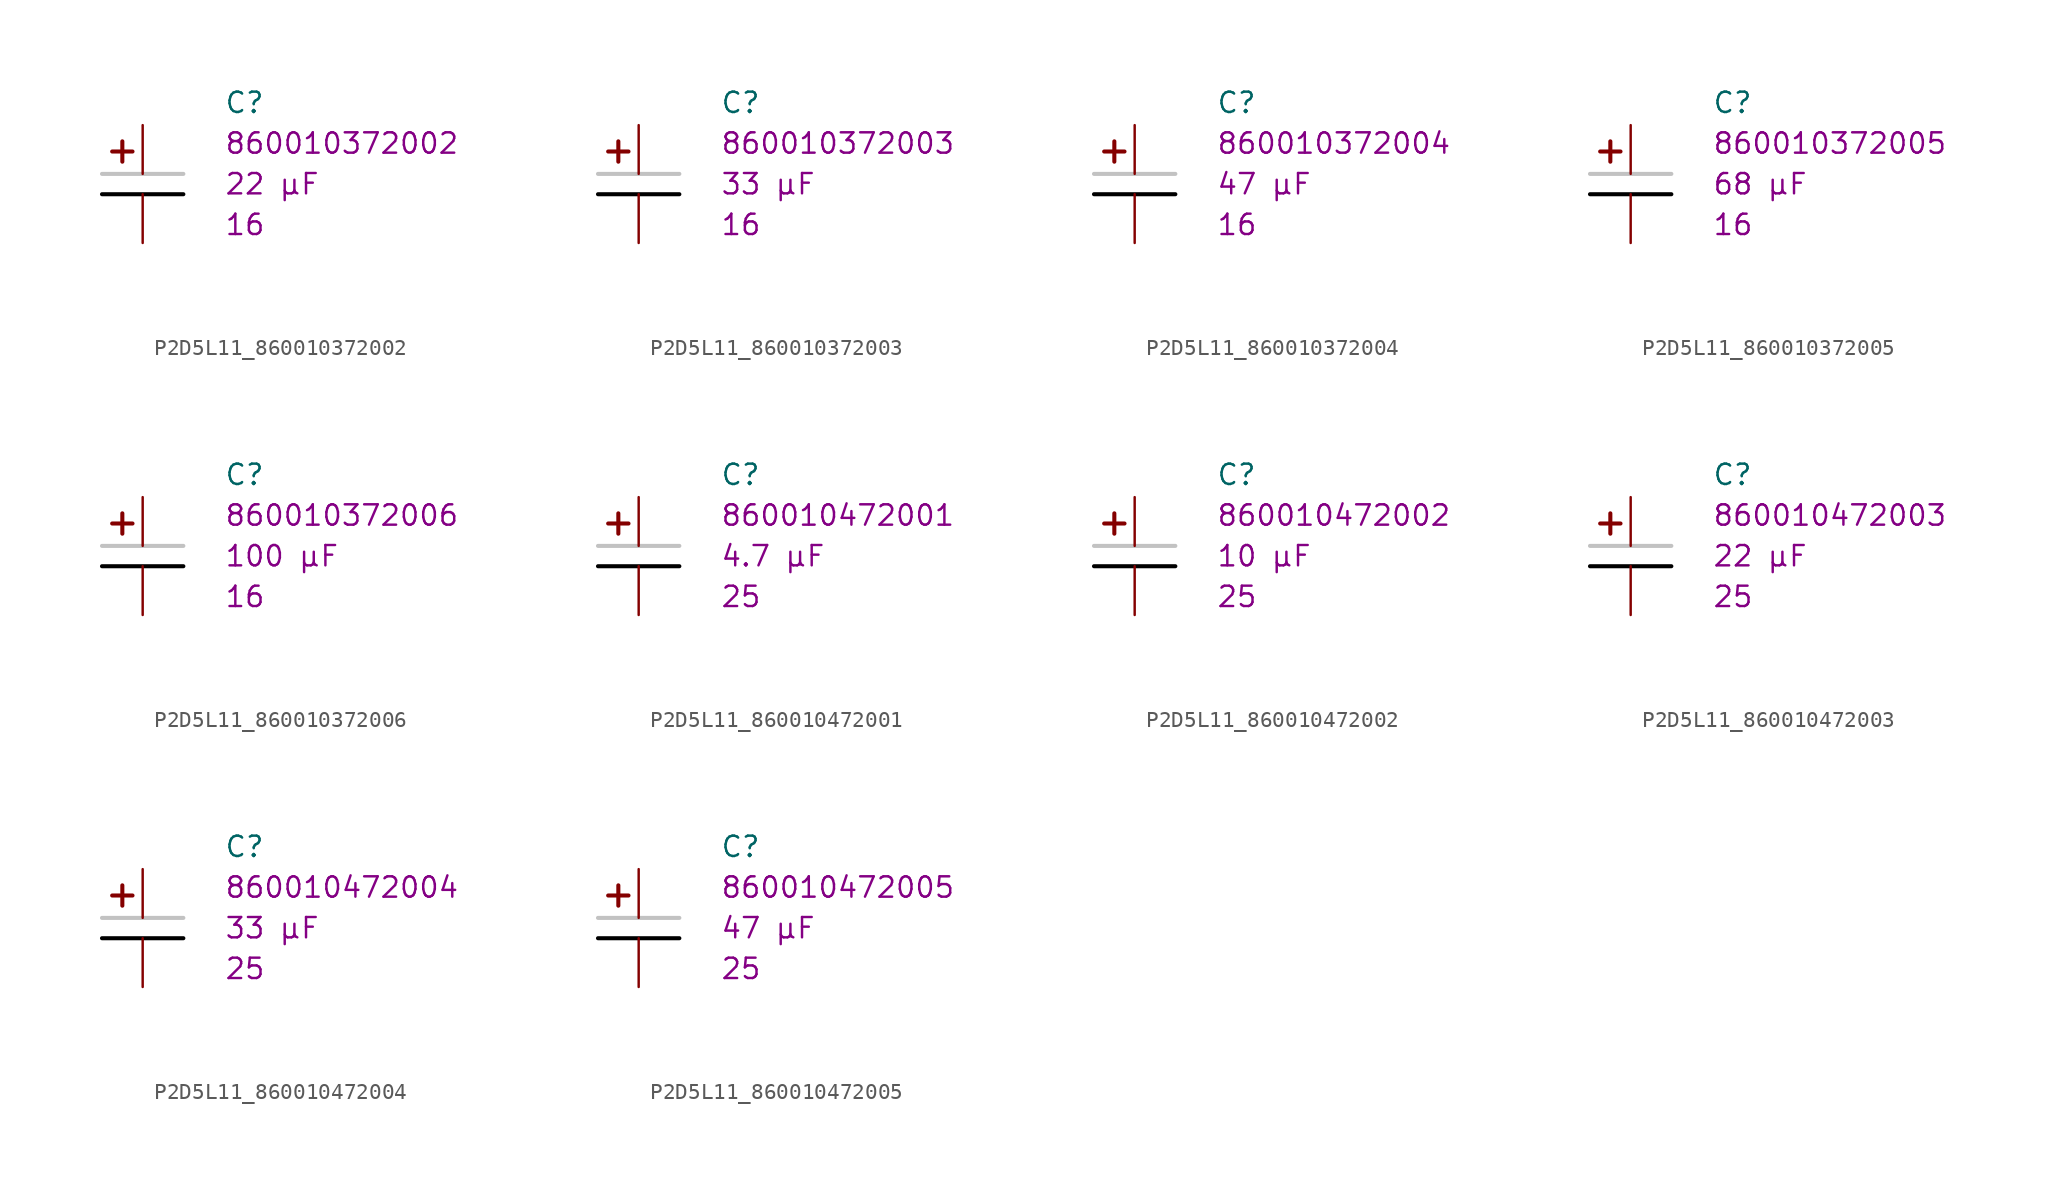
<source format=kicad_sym>
(kicad_symbol_lib
  (version 20220914)
  (generator kicad_symbol_editor)
  (symbol "P2D5L11_860010372002"
    (pin_numbers hide)
    (pin_names hide)
    (property "Reference" "C"
      (at 5.08 5.08 0)
      (effects (font (size 1.27 1.27)) (justify left)))
    (property "Part Number" "860010372002"
      (at 5.08 2.54 0)
      (effects (font (size 1.27 1.27)) (justify left)))
    (property "Capacitance" "22 µF"
      (at 5.08 0 0)
      (effects (font (size 1.27 1.27)) (justify left)))
    (property "Voltage" "16"
      (at 5.08 -2.54 0)
      (effects (font (size 1.27 1.27)) (justify left)))
    (property "Critical Parameter" ""
      (at 0 -7.62 0)
      (effects (font (size 1.27 1.27))))
    (symbol "P2D5L11_860010372002_1_1"
      (polyline (pts (xy -1.27 2.667) (xy -1.27 1.397)) (stroke (width 0.254) (type default)) (fill (type none)))
      (polyline (pts (xy -0.635 2.032) (xy -1.905 2.032)) (stroke (width 0.254) (type default)) (fill (type none)))
      (polyline (pts (xy 2.54 -0.635) (xy -2.54 -0.635)) (stroke (width 0.254) (type default) (color 0 0 0 1)) (fill (type none)))
      (polyline (pts (xy 2.54 0.635) (xy -2.54 0.635)) (stroke (width 0.254) (type default) (color 194 194 194 1)) (fill (type none)))
      (pin passive line (at 0 3.679 270) (length 3.044) (name "1" (effects (font (size 1.27 1.27)))) (number "1" (effects (font (size 1.27 1.27)))))
      (pin passive line (at 0 -3.679 90) (length 3.044) (name "2" (effects (font (size 1.27 1.27)))) (number "2" (effects (font (size 1.27 1.27)))))))
  (symbol "P2D5L11_860010372003"
    (pin_numbers hide)
    (pin_names hide)
    (property "Reference" "C"
      (at 5.08 5.08 0)
      (effects (font (size 1.27 1.27)) (justify left)))
    (property "Part Number" "860010372003"
      (at 5.08 2.54 0)
      (effects (font (size 1.27 1.27)) (justify left)))
    (property "Capacitance" "33 µF"
      (at 5.08 0 0)
      (effects (font (size 1.27 1.27)) (justify left)))
    (property "Voltage" "16"
      (at 5.08 -2.54 0)
      (effects (font (size 1.27 1.27)) (justify left)))
    (property "Critical Parameter" ""
      (at 0 -7.62 0)
      (effects (font (size 1.27 1.27))))
    (symbol "P2D5L11_860010372003_1_1"
      (polyline (pts (xy -1.27 2.667) (xy -1.27 1.397)) (stroke (width 0.254) (type default)) (fill (type none)))
      (polyline (pts (xy -0.635 2.032) (xy -1.905 2.032)) (stroke (width 0.254) (type default)) (fill (type none)))
      (polyline (pts (xy 2.54 -0.635) (xy -2.54 -0.635)) (stroke (width 0.254) (type default) (color 0 0 0 1)) (fill (type none)))
      (polyline (pts (xy 2.54 0.635) (xy -2.54 0.635)) (stroke (width 0.254) (type default) (color 194 194 194 1)) (fill (type none)))
      (pin passive line (at 0 3.679 270) (length 3.044) (name "1" (effects (font (size 1.27 1.27)))) (number "1" (effects (font (size 1.27 1.27)))))
      (pin passive line (at 0 -3.679 90) (length 3.044) (name "2" (effects (font (size 1.27 1.27)))) (number "2" (effects (font (size 1.27 1.27)))))))
  (symbol "P2D5L11_860010372004"
    (pin_numbers hide)
    (pin_names hide)
    (property "Reference" "C"
      (at 5.08 5.08 0)
      (effects (font (size 1.27 1.27)) (justify left)))
    (property "Part Number" "860010372004"
      (at 5.08 2.54 0)
      (effects (font (size 1.27 1.27)) (justify left)))
    (property "Capacitance" "47 µF"
      (at 5.08 0 0)
      (effects (font (size 1.27 1.27)) (justify left)))
    (property "Voltage" "16"
      (at 5.08 -2.54 0)
      (effects (font (size 1.27 1.27)) (justify left)))
    (property "Critical Parameter" ""
      (at 0 -7.62 0)
      (effects (font (size 1.27 1.27))))
    (symbol "P2D5L11_860010372004_1_1"
      (polyline (pts (xy -1.27 2.667) (xy -1.27 1.397)) (stroke (width 0.254) (type default)) (fill (type none)))
      (polyline (pts (xy -0.635 2.032) (xy -1.905 2.032)) (stroke (width 0.254) (type default)) (fill (type none)))
      (polyline (pts (xy 2.54 -0.635) (xy -2.54 -0.635)) (stroke (width 0.254) (type default) (color 0 0 0 1)) (fill (type none)))
      (polyline (pts (xy 2.54 0.635) (xy -2.54 0.635)) (stroke (width 0.254) (type default) (color 194 194 194 1)) (fill (type none)))
      (pin passive line (at 0 3.679 270) (length 3.044) (name "1" (effects (font (size 1.27 1.27)))) (number "1" (effects (font (size 1.27 1.27)))))
      (pin passive line (at 0 -3.679 90) (length 3.044) (name "2" (effects (font (size 1.27 1.27)))) (number "2" (effects (font (size 1.27 1.27)))))))
  (symbol "P2D5L11_860010372005"
    (pin_numbers hide)
    (pin_names hide)
    (property "Reference" "C"
      (at 5.08 5.08 0)
      (effects (font (size 1.27 1.27)) (justify left)))
    (property "Part Number" "860010372005"
      (at 5.08 2.54 0)
      (effects (font (size 1.27 1.27)) (justify left)))
    (property "Capacitance" "68 µF"
      (at 5.08 0 0)
      (effects (font (size 1.27 1.27)) (justify left)))
    (property "Voltage" "16"
      (at 5.08 -2.54 0)
      (effects (font (size 1.27 1.27)) (justify left)))
    (property "Critical Parameter" ""
      (at 0 -7.62 0)
      (effects (font (size 1.27 1.27))))
    (symbol "P2D5L11_860010372005_1_1"
      (polyline (pts (xy -1.27 2.667) (xy -1.27 1.397)) (stroke (width 0.254) (type default)) (fill (type none)))
      (polyline (pts (xy -0.635 2.032) (xy -1.905 2.032)) (stroke (width 0.254) (type default)) (fill (type none)))
      (polyline (pts (xy 2.54 -0.635) (xy -2.54 -0.635)) (stroke (width 0.254) (type default) (color 0 0 0 1)) (fill (type none)))
      (polyline (pts (xy 2.54 0.635) (xy -2.54 0.635)) (stroke (width 0.254) (type default) (color 194 194 194 1)) (fill (type none)))
      (pin passive line (at 0 3.679 270) (length 3.044) (name "1" (effects (font (size 1.27 1.27)))) (number "1" (effects (font (size 1.27 1.27)))))
      (pin passive line (at 0 -3.679 90) (length 3.044) (name "2" (effects (font (size 1.27 1.27)))) (number "2" (effects (font (size 1.27 1.27)))))))
  (symbol "P2D5L11_860010372006"
    (pin_numbers hide)
    (pin_names hide)
    (property "Reference" "C"
      (at 5.08 5.08 0)
      (effects (font (size 1.27 1.27)) (justify left)))
    (property "Part Number" "860010372006"
      (at 5.08 2.54 0)
      (effects (font (size 1.27 1.27)) (justify left)))
    (property "Capacitance" "100 µF"
      (at 5.08 0 0)
      (effects (font (size 1.27 1.27)) (justify left)))
    (property "Voltage" "16"
      (at 5.08 -2.54 0)
      (effects (font (size 1.27 1.27)) (justify left)))
    (property "Critical Parameter" ""
      (at 0 -7.62 0)
      (effects (font (size 1.27 1.27))))
    (symbol "P2D5L11_860010372006_1_1"
      (polyline (pts (xy -1.27 2.667) (xy -1.27 1.397)) (stroke (width 0.254) (type default)) (fill (type none)))
      (polyline (pts (xy -0.635 2.032) (xy -1.905 2.032)) (stroke (width 0.254) (type default)) (fill (type none)))
      (polyline (pts (xy 2.54 -0.635) (xy -2.54 -0.635)) (stroke (width 0.254) (type default) (color 0 0 0 1)) (fill (type none)))
      (polyline (pts (xy 2.54 0.635) (xy -2.54 0.635)) (stroke (width 0.254) (type default) (color 194 194 194 1)) (fill (type none)))
      (pin passive line (at 0 3.679 270) (length 3.044) (name "1" (effects (font (size 1.27 1.27)))) (number "1" (effects (font (size 1.27 1.27)))))
      (pin passive line (at 0 -3.679 90) (length 3.044) (name "2" (effects (font (size 1.27 1.27)))) (number "2" (effects (font (size 1.27 1.27)))))))
  (symbol "P2D5L11_860010472001"
    (pin_numbers hide)
    (pin_names hide)
    (property "Reference" "C"
      (at 5.08 5.08 0)
      (effects (font (size 1.27 1.27)) (justify left)))
    (property "Part Number" "860010472001"
      (at 5.08 2.54 0)
      (effects (font (size 1.27 1.27)) (justify left)))
    (property "Capacitance" "4.7 µF"
      (at 5.08 0 0)
      (effects (font (size 1.27 1.27)) (justify left)))
    (property "Voltage" "25"
      (at 5.08 -2.54 0)
      (effects (font (size 1.27 1.27)) (justify left)))
    (property "Critical Parameter" ""
      (at 0 -7.62 0)
      (effects (font (size 1.27 1.27))))
    (symbol "P2D5L11_860010472001_1_1"
      (polyline (pts (xy -1.27 2.667) (xy -1.27 1.397)) (stroke (width 0.254) (type default)) (fill (type none)))
      (polyline (pts (xy -0.635 2.032) (xy -1.905 2.032)) (stroke (width 0.254) (type default)) (fill (type none)))
      (polyline (pts (xy 2.54 -0.635) (xy -2.54 -0.635)) (stroke (width 0.254) (type default) (color 0 0 0 1)) (fill (type none)))
      (polyline (pts (xy 2.54 0.635) (xy -2.54 0.635)) (stroke (width 0.254) (type default) (color 194 194 194 1)) (fill (type none)))
      (pin passive line (at 0 3.679 270) (length 3.044) (name "1" (effects (font (size 1.27 1.27)))) (number "1" (effects (font (size 1.27 1.27)))))
      (pin passive line (at 0 -3.679 90) (length 3.044) (name "2" (effects (font (size 1.27 1.27)))) (number "2" (effects (font (size 1.27 1.27)))))))
  (symbol "P2D5L11_860010472002"
    (pin_numbers hide)
    (pin_names hide)
    (property "Reference" "C"
      (at 5.08 5.08 0)
      (effects (font (size 1.27 1.27)) (justify left)))
    (property "Part Number" "860010472002"
      (at 5.08 2.54 0)
      (effects (font (size 1.27 1.27)) (justify left)))
    (property "Capacitance" "10 µF"
      (at 5.08 0 0)
      (effects (font (size 1.27 1.27)) (justify left)))
    (property "Voltage" "25"
      (at 5.08 -2.54 0)
      (effects (font (size 1.27 1.27)) (justify left)))
    (property "Critical Parameter" ""
      (at 0 -7.62 0)
      (effects (font (size 1.27 1.27))))
    (symbol "P2D5L11_860010472002_1_1"
      (polyline (pts (xy -1.27 2.667) (xy -1.27 1.397)) (stroke (width 0.254) (type default)) (fill (type none)))
      (polyline (pts (xy -0.635 2.032) (xy -1.905 2.032)) (stroke (width 0.254) (type default)) (fill (type none)))
      (polyline (pts (xy 2.54 -0.635) (xy -2.54 -0.635)) (stroke (width 0.254) (type default) (color 0 0 0 1)) (fill (type none)))
      (polyline (pts (xy 2.54 0.635) (xy -2.54 0.635)) (stroke (width 0.254) (type default) (color 194 194 194 1)) (fill (type none)))
      (pin passive line (at 0 3.679 270) (length 3.044) (name "1" (effects (font (size 1.27 1.27)))) (number "1" (effects (font (size 1.27 1.27)))))
      (pin passive line (at 0 -3.679 90) (length 3.044) (name "2" (effects (font (size 1.27 1.27)))) (number "2" (effects (font (size 1.27 1.27)))))))
  (symbol "P2D5L11_860010472003"
    (pin_numbers hide)
    (pin_names hide)
    (property "Reference" "C"
      (at 5.08 5.08 0)
      (effects (font (size 1.27 1.27)) (justify left)))
    (property "Part Number" "860010472003"
      (at 5.08 2.54 0)
      (effects (font (size 1.27 1.27)) (justify left)))
    (property "Capacitance" "22 µF"
      (at 5.08 0 0)
      (effects (font (size 1.27 1.27)) (justify left)))
    (property "Voltage" "25"
      (at 5.08 -2.54 0)
      (effects (font (size 1.27 1.27)) (justify left)))
    (property "Critical Parameter" ""
      (at 0 -7.62 0)
      (effects (font (size 1.27 1.27))))
    (symbol "P2D5L11_860010472003_1_1"
      (polyline (pts (xy -1.27 2.667) (xy -1.27 1.397)) (stroke (width 0.254) (type default)) (fill (type none)))
      (polyline (pts (xy -0.635 2.032) (xy -1.905 2.032)) (stroke (width 0.254) (type default)) (fill (type none)))
      (polyline (pts (xy 2.54 -0.635) (xy -2.54 -0.635)) (stroke (width 0.254) (type default) (color 0 0 0 1)) (fill (type none)))
      (polyline (pts (xy 2.54 0.635) (xy -2.54 0.635)) (stroke (width 0.254) (type default) (color 194 194 194 1)) (fill (type none)))
      (pin passive line (at 0 3.679 270) (length 3.044) (name "1" (effects (font (size 1.27 1.27)))) (number "1" (effects (font (size 1.27 1.27)))))
      (pin passive line (at 0 -3.679 90) (length 3.044) (name "2" (effects (font (size 1.27 1.27)))) (number "2" (effects (font (size 1.27 1.27)))))))
  (symbol "P2D5L11_860010472004"
    (pin_numbers hide)
    (pin_names hide)
    (property "Reference" "C"
      (at 5.08 5.08 0)
      (effects (font (size 1.27 1.27)) (justify left)))
    (property "Part Number" "860010472004"
      (at 5.08 2.54 0)
      (effects (font (size 1.27 1.27)) (justify left)))
    (property "Capacitance" "33 µF"
      (at 5.08 0 0)
      (effects (font (size 1.27 1.27)) (justify left)))
    (property "Voltage" "25"
      (at 5.08 -2.54 0)
      (effects (font (size 1.27 1.27)) (justify left)))
    (property "Critical Parameter" ""
      (at 0 -7.62 0)
      (effects (font (size 1.27 1.27))))
    (symbol "P2D5L11_860010472004_1_1"
      (polyline (pts (xy -1.27 2.667) (xy -1.27 1.397)) (stroke (width 0.254) (type default)) (fill (type none)))
      (polyline (pts (xy -0.635 2.032) (xy -1.905 2.032)) (stroke (width 0.254) (type default)) (fill (type none)))
      (polyline (pts (xy 2.54 -0.635) (xy -2.54 -0.635)) (stroke (width 0.254) (type default) (color 0 0 0 1)) (fill (type none)))
      (polyline (pts (xy 2.54 0.635) (xy -2.54 0.635)) (stroke (width 0.254) (type default) (color 194 194 194 1)) (fill (type none)))
      (pin passive line (at 0 3.679 270) (length 3.044) (name "1" (effects (font (size 1.27 1.27)))) (number "1" (effects (font (size 1.27 1.27)))))
      (pin passive line (at 0 -3.679 90) (length 3.044) (name "2" (effects (font (size 1.27 1.27)))) (number "2" (effects (font (size 1.27 1.27)))))))
  (symbol "P2D5L11_860010472005"
    (pin_numbers hide)
    (pin_names hide)
    (property "Reference" "C"
      (at 5.08 5.08 0)
      (effects (font (size 1.27 1.27)) (justify left)))
    (property "Part Number" "860010472005"
      (at 5.08 2.54 0)
      (effects (font (size 1.27 1.27)) (justify left)))
    (property "Capacitance" "47 µF"
      (at 5.08 0 0)
      (effects (font (size 1.27 1.27)) (justify left)))
    (property "Voltage" "25"
      (at 5.08 -2.54 0)
      (effects (font (size 1.27 1.27)) (justify left)))
    (property "Critical Parameter" ""
      (at 0 -7.62 0)
      (effects (font (size 1.27 1.27))))
    (symbol "P2D5L11_860010472005_1_1"
      (polyline (pts (xy -1.27 2.667) (xy -1.27 1.397)) (stroke (width 0.254) (type default)) (fill (type none)))
      (polyline (pts (xy -0.635 2.032) (xy -1.905 2.032)) (stroke (width 0.254) (type default)) (fill (type none)))
      (polyline (pts (xy 2.54 -0.635) (xy -2.54 -0.635)) (stroke (width 0.254) (type default) (color 0 0 0 1)) (fill (type none)))
      (polyline (pts (xy 2.54 0.635) (xy -2.54 0.635)) (stroke (width 0.254) (type default) (color 194 194 194 1)) (fill (type none)))
      (pin passive line (at 0 3.679 270) (length 3.044) (name "1" (effects (font (size 1.27 1.27)))) (number "1" (effects (font (size 1.27 1.27)))))
      (pin passive line (at 0 -3.679 90) (length 3.044) (name "2" (effects (font (size 1.27 1.27)))) (number "2" (effects (font (size 1.27 1.27))))))))
</source>
